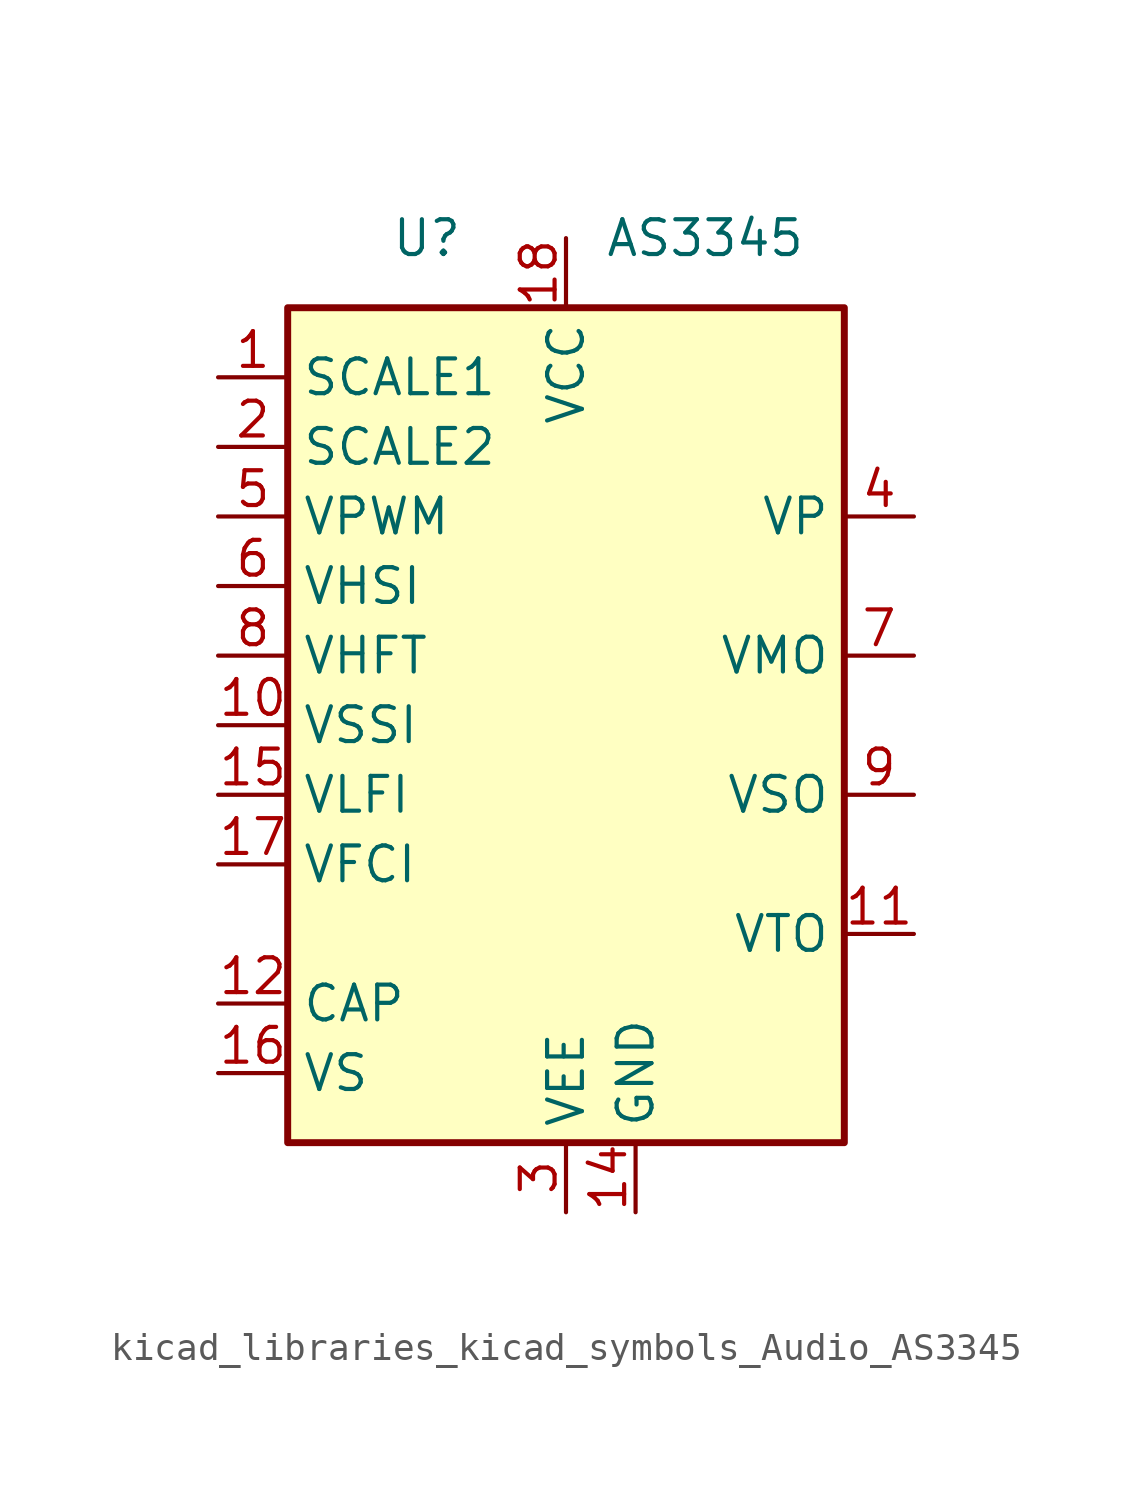
<source format=kicad_sym>
(kicad_symbol_lib
  (version 20220914)
  (generator kicad_symbol_editor)
  (symbol "kicad_libraries_kicad_symbols_Audio_AS3345"
    (property "Reference" "U"
      (at -5.08 17.78 0)
      (effects (font (size 1.27 1.27))))
    (property "Value" "AS3345"
      (at 5.08 17.78 0)
      (effects (font (size 1.27 1.27))))
    (symbol "kicad_libraries_kicad_symbols_Audio_AS3345_0_1"
      (rectangle (start -10.16 15.24) (end 10.16 -15.24) (stroke (width 0.254) (type default)) (fill (type background))))
    (symbol "kicad_libraries_kicad_symbols_Audio_AS3345_1_1"
      (pin input line (at -12.7 12.7 0) (length 2.54) (name "SCALE1" (effects (font (size 1.27 1.27)))) (number "1" (effects (font (size 1.27 1.27)))))
      (pin input line (at -12.7 0 0) (length 2.54) (name "VSSI" (effects (font (size 1.27 1.27)))) (number "10" (effects (font (size 1.27 1.27)))))
      (pin output line (at 12.7 -7.62 180) (length 2.54) (name "VTO" (effects (font (size 1.27 1.27)))) (number "11" (effects (font (size 1.27 1.27)))))
      (pin passive line (at -12.7 -10.16 0) (length 2.54) (name "CAP" (effects (font (size 1.27 1.27)))) (number "12" (effects (font (size 1.27 1.27)))))
      (pin passive line (at 2.54 -17.78 90) (length 2.54) hide (name "GND" (effects (font (size 1.27 1.27)))) (number "13" (effects (font (size 1.27 1.27)))))
      (pin power_in line (at 2.54 -17.78 90) (length 2.54) (name "GND" (effects (font (size 1.27 1.27)))) (number "14" (effects (font (size 1.27 1.27)))))
      (pin input line (at -12.7 -2.54 0) (length 2.54) (name "VLFI" (effects (font (size 1.27 1.27)))) (number "15" (effects (font (size 1.27 1.27)))))
      (pin passive line (at -12.7 -12.7 0) (length 2.54) (name "VS" (effects (font (size 1.27 1.27)))) (number "16" (effects (font (size 1.27 1.27)))))
      (pin input line (at -12.7 -5.08 0) (length 2.54) (name "VFCI" (effects (font (size 1.27 1.27)))) (number "17" (effects (font (size 1.27 1.27)))))
      (pin power_in line (at 0 17.78 270) (length 2.54) (name "VCC" (effects (font (size 1.27 1.27)))) (number "18" (effects (font (size 1.27 1.27)))))
      (pin input line (at -12.7 10.16 0) (length 2.54) (name "SCALE2" (effects (font (size 1.27 1.27)))) (number "2" (effects (font (size 1.27 1.27)))))
      (pin power_in line (at 0 -17.78 90) (length 2.54) (name "VEE" (effects (font (size 1.27 1.27)))) (number "3" (effects (font (size 1.27 1.27)))))
      (pin output line (at 12.7 7.62 180) (length 2.54) (name "VP" (effects (font (size 1.27 1.27)))) (number "4" (effects (font (size 1.27 1.27)))))
      (pin input line (at -12.7 7.62 0) (length 2.54) (name "VPWM" (effects (font (size 1.27 1.27)))) (number "5" (effects (font (size 1.27 1.27)))))
      (pin input line (at -12.7 5.08 0) (length 2.54) (name "VHSI" (effects (font (size 1.27 1.27)))) (number "6" (effects (font (size 1.27 1.27)))))
      (pin output line (at 12.7 2.54 180) (length 2.54) (name "VMO" (effects (font (size 1.27 1.27)))) (number "7" (effects (font (size 1.27 1.27)))))
      (pin input line (at -12.7 2.54 0) (length 2.54) (name "VHFT" (effects (font (size 1.27 1.27)))) (number "8" (effects (font (size 1.27 1.27)))))
      (pin output line (at 12.7 -2.54 180) (length 2.54) (name "VSO" (effects (font (size 1.27 1.27)))) (number "9" (effects (font (size 1.27 1.27))))))))
</source>
